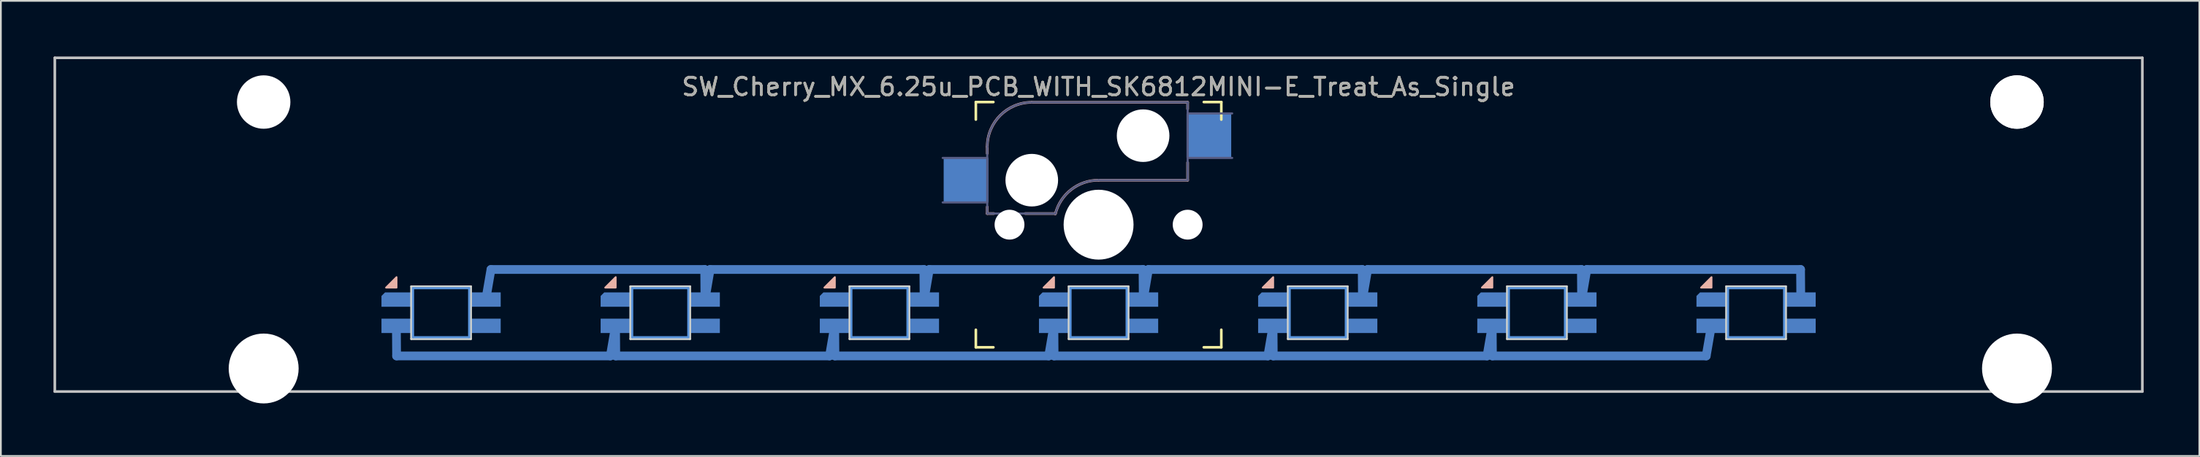
<source format=kicad_pcb>
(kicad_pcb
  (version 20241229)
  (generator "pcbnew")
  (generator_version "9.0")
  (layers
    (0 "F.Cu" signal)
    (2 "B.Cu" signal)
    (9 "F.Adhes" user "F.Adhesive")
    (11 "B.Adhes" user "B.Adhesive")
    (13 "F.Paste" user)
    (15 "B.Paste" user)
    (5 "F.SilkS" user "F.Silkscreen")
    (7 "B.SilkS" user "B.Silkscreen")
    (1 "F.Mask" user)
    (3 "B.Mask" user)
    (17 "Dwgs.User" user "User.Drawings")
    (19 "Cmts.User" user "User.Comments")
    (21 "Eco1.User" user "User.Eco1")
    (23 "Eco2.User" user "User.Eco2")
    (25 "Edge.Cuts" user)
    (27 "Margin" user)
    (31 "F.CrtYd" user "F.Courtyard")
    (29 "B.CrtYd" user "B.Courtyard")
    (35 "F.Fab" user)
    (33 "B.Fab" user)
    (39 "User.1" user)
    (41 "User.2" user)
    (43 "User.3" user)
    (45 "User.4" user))
  (footprint "SW_Cherry_MX_6.25u_PCB_WITH_SK6812MINI-E_Treat_As_Single"
    (layer "F.Cu")
    (at 119.138 0.25)
    (property "Reference" "SW_Cherry_MX_6.25u_PCB_WITH_SK6812MINI-E_Treat_As_Single" (at -59.531 1.651 0) (layer "F.SilkS") (effects (font (size 1 1) (thickness 0.15))))
    (attr through_hole)
    (fp_line (start -99.581 15.3) (end -99.568 17.018) (stroke (width 0.5) (type solid)) (layer "B.Cu"))
    (fp_line (start -99.568 17.018) (end -87.376 17.018) (stroke (width 0.5) (type solid)) (layer "B.Cu"))
    (fp_line (start -94.481 13.8) (end -94.186 12.082) (stroke (width 0.5) (type solid)) (layer "B.Cu"))
    (fp_line (start -87.081 15.3) (end -87.376 17.018) (stroke (width 0.5) (type solid)) (layer "B.Cu"))
    (fp_line (start -87.081 15.3) (end -87.068 17.018) (stroke (width 0.5) (type solid)) (layer "B.Cu"))
    (fp_line (start -87.068 17.018) (end -74.876 17.018) (stroke (width 0.5) (type solid)) (layer "B.Cu"))
    (fp_line (start -81.995 12.082) (end -94.186 12.082) (stroke (width 0.5) (type solid)) (layer "B.Cu"))
    (fp_line (start -81.981 13.8) (end -81.995 12.082) (stroke (width 0.5) (type solid)) (layer "B.Cu"))
    (fp_line (start -81.981 13.8) (end -81.686 12.082) (stroke (width 0.5) (type solid)) (layer "B.Cu"))
    (fp_line (start -74.581 15.3) (end -74.876 17.018) (stroke (width 0.5) (type solid)) (layer "B.Cu"))
    (fp_line (start -74.581 15.3) (end -74.568 17.018) (stroke (width 0.5) (type solid)) (layer "B.Cu"))
    (fp_line (start -74.568 17.018) (end -62.376 17.018) (stroke (width 0.5) (type solid)) (layer "B.Cu"))
    (fp_line (start -69.495 12.082) (end -81.686 12.082) (stroke (width 0.5) (type solid)) (layer "B.Cu"))
    (fp_line (start -69.481 13.8) (end -69.495 12.082) (stroke (width 0.5) (type solid)) (layer "B.Cu"))
    (fp_line (start -69.481 13.8) (end -69.186 12.082) (stroke (width 0.5) (type solid)) (layer "B.Cu"))
    (fp_line (start -62.081 15.3) (end -62.376 17.018) (stroke (width 0.5) (type solid)) (layer "B.Cu"))
    (fp_line (start -62.081 15.3) (end -62.068 17.018) (stroke (width 0.5) (type solid)) (layer "B.Cu"))
    (fp_line (start -62.068 17.018) (end -49.876 17.018) (stroke (width 0.5) (type solid)) (layer "B.Cu"))
    (fp_line (start -56.995 12.082) (end -69.186 12.082) (stroke (width 0.5) (type solid)) (layer "B.Cu"))
    (fp_line (start -56.981 13.8) (end -56.995 12.082) (stroke (width 0.5) (type solid)) (layer "B.Cu"))
    (fp_line (start -56.981 13.8) (end -56.687 12.082) (stroke (width 0.5) (type solid)) (layer "B.Cu"))
    (fp_line (start -49.581 15.3) (end -49.876 17.018) (stroke (width 0.5) (type solid)) (layer "B.Cu"))
    (fp_line (start -49.581 15.3) (end -49.568 17.018) (stroke (width 0.5) (type solid)) (layer "B.Cu"))
    (fp_line (start -49.568 17.018) (end -37.376 17.018) (stroke (width 0.5) (type solid)) (layer "B.Cu"))
    (fp_line (start -44.495 12.082) (end -56.687 12.082) (stroke (width 0.5) (type solid)) (layer "B.Cu"))
    (fp_line (start -44.481 13.8) (end -44.495 12.082) (stroke (width 0.5) (type solid)) (layer "B.Cu"))
    (fp_line (start -44.481 13.8) (end -44.187 12.082) (stroke (width 0.5) (type solid)) (layer "B.Cu"))
    (fp_line (start -37.081 15.3) (end -37.376 17.018) (stroke (width 0.5) (type solid)) (layer "B.Cu"))
    (fp_line (start -37.081 15.3) (end -37.068 17.018) (stroke (width 0.5) (type solid)) (layer "B.Cu"))
    (fp_line (start -37.068 17.018) (end -24.876 17.018) (stroke (width 0.5) (type solid)) (layer "B.Cu"))
    (fp_line (start -31.994 12.082) (end -44.187 12.082) (stroke (width 0.5) (type solid)) (layer "B.Cu"))
    (fp_line (start -31.981 13.8) (end -31.994 12.082) (stroke (width 0.5) (type solid)) (layer "B.Cu"))
    (fp_line (start -31.981 13.8) (end -31.686 12.082) (stroke (width 0.5) (type solid)) (layer "B.Cu"))
    (fp_line (start -24.581 15.3) (end -24.876 17.018) (stroke (width 0.5) (type solid)) (layer "B.Cu"))
    (fp_line (start -19.494 12.082) (end -31.686 12.082) (stroke (width 0.5) (type solid)) (layer "B.Cu"))
    (fp_line (start -19.481 13.8) (end -19.494 12.082) (stroke (width 0.5) (type solid)) (layer "B.Cu"))
    (fp_line (start -66.531 3.525) (end -66.531 2.525) (stroke (width 0.15) (type solid)) (layer "F.SilkS"))
    (fp_line (start -66.531 16.525) (end -66.531 15.525) (stroke (width 0.15) (type solid)) (layer "F.SilkS"))
    (fp_line (start -66.531 16.525) (end -65.531 16.525) (stroke (width 0.15) (type solid)) (layer "F.SilkS"))
    (fp_line (start -65.531 2.525) (end -66.531 2.525) (stroke (width 0.15) (type solid)) (layer "F.SilkS"))
    (fp_line (start -53.531 16.525) (end -52.531 16.525) (stroke (width 0.15) (type solid)) (layer "F.SilkS"))
    (fp_line (start -52.531 2.525) (end -53.531 2.525) (stroke (width 0.15) (type solid)) (layer "F.SilkS"))
    (fp_line (start -52.531 2.525) (end -52.531 3.525) (stroke (width 0.15) (type solid)) (layer "F.SilkS"))
    (fp_line (start -52.531 15.525) (end -52.531 16.525) (stroke (width 0.15) (type solid)) (layer "F.SilkS"))
    (fp_line (start -65.881 5.08) (end -65.881 5.461) (stroke (width 0.15) (type solid)) (layer "B.SilkS"))
    (fp_line (start -65.881 8.509) (end -65.881 8.89) (stroke (width 0.15) (type solid)) (layer "B.SilkS"))
    (fp_line (start -65.5 8.89) (end -65.881 8.89) (stroke (width 0.15) (type solid)) (layer "B.SilkS"))
    (fp_line (start -63.341 2.54) (end -54.451 2.54) (stroke (width 0.15) (type solid)) (layer "B.SilkS"))
    (fp_line (start -61.995 8.89) (end -63.722 8.89) (stroke (width 0.15) (type solid)) (layer "B.SilkS"))
    (fp_line (start -54.451 2.54) (end -54.451 2.921) (stroke (width 0.15) (type solid)) (layer "B.SilkS"))
    (fp_line (start -54.451 5.969) (end -54.451 6.985) (stroke (width 0.15) (type solid)) (layer "B.SilkS"))
    (fp_line (start -54.451 6.985) (end -59.531 6.985) (stroke (width 0.15) (type solid)) (layer "B.SilkS"))
    (fp_arc (start -65.88125 5.08) (mid -65.137301 3.283949) (end -63.34125 2.54) (stroke (width 0.15) (type solid)) (layer "B.SilkS"))
    (fp_arc (start -61.995412 8.90896) (mid -61.094397 7.522958) (end -59.53125 6.985) (stroke (width 0.15) (type solid)) (layer "B.SilkS"))
    (fp_poly (pts (xy -99.571 12.518) (xy -99.571 13.118) (xy -100.171 13.118)) (stroke (width 0.1) (type solid)) (fill yes) (layer "B.SilkS"))
    (fp_poly (pts (xy -87.071 12.518) (xy -87.071 13.118) (xy -87.671 13.118)) (stroke (width 0.1) (type solid)) (fill yes) (layer "B.SilkS"))
    (fp_poly (pts (xy -74.571 12.518) (xy -74.571 13.118) (xy -75.171 13.118)) (stroke (width 0.1) (type solid)) (fill yes) (layer "B.SilkS"))
    (fp_poly (pts (xy -62.071 12.518) (xy -62.071 13.118) (xy -62.671 13.118)) (stroke (width 0.1) (type solid)) (fill yes) (layer "B.SilkS"))
    (fp_poly (pts (xy -49.571 12.518) (xy -49.571 13.118) (xy -50.171 13.118)) (stroke (width 0.1) (type solid)) (fill yes) (layer "B.SilkS"))
    (fp_poly (pts (xy -37.071 12.518) (xy -37.071 13.118) (xy -37.671 13.118)) (stroke (width 0.1) (type solid)) (fill yes) (layer "B.SilkS"))
    (fp_poly (pts (xy -24.571 12.518) (xy -24.571 13.118) (xy -25.171 13.118)) (stroke (width 0.1) (type solid)) (fill yes) (layer "B.SilkS"))
    (fp_line (start -119.062 0) (end 0 0) (stroke (width 0.15) (type solid)) (layer "Dwgs.User"))
    (fp_line (start -119.062 19.05) (end -119.062 0) (stroke (width 0.15) (type solid)) (layer "Dwgs.User"))
    (fp_line (start 0 0) (end 0 19.05) (stroke (width 0.15) (type solid)) (layer "Dwgs.User"))
    (fp_line (start 0 19.05) (end -119.062 19.05) (stroke (width 0.15) (type solid)) (layer "Dwgs.User"))
    (fp_line (start -98.631 13.15) (end -98.631 15.95) (stroke (width 0.12) (type solid)) (layer "Cmts.User"))
    (fp_line (start -98.631 13.15) (end -95.431 13.15) (stroke (width 0.12) (type solid)) (layer "Cmts.User"))
    (fp_line (start -95.431 15.95) (end -98.631 15.95) (stroke (width 0.12) (type solid)) (layer "Cmts.User"))
    (fp_line (start -95.431 15.95) (end -95.431 13.15) (stroke (width 0.12) (type solid)) (layer "Cmts.User"))
    (fp_line (start -86.131 13.15) (end -86.131 15.95) (stroke (width 0.12) (type solid)) (layer "Cmts.User"))
    (fp_line (start -86.131 13.15) (end -82.931 13.15) (stroke (width 0.12) (type solid)) (layer "Cmts.User"))
    (fp_line (start -82.931 15.95) (end -86.131 15.95) (stroke (width 0.12) (type solid)) (layer "Cmts.User"))
    (fp_line (start -82.931 15.95) (end -82.931 13.15) (stroke (width 0.12) (type solid)) (layer "Cmts.User"))
    (fp_line (start -73.631 13.15) (end -73.631 15.95) (stroke (width 0.12) (type solid)) (layer "Cmts.User"))
    (fp_line (start -73.631 13.15) (end -70.431 13.15) (stroke (width 0.12) (type solid)) (layer "Cmts.User"))
    (fp_line (start -70.431 15.95) (end -73.631 15.95) (stroke (width 0.12) (type solid)) (layer "Cmts.User"))
    (fp_line (start -70.431 15.95) (end -70.431 13.15) (stroke (width 0.12) (type solid)) (layer "Cmts.User"))
    (fp_line (start -61.131 13.15) (end -61.131 15.95) (stroke (width 0.12) (type solid)) (layer "Cmts.User"))
    (fp_line (start -61.131 13.15) (end -57.931 13.15) (stroke (width 0.12) (type solid)) (layer "Cmts.User"))
    (fp_line (start -57.931 15.95) (end -61.131 15.95) (stroke (width 0.12) (type solid)) (layer "Cmts.User"))
    (fp_line (start -57.931 15.95) (end -57.931 13.15) (stroke (width 0.12) (type solid)) (layer "Cmts.User"))
    (fp_line (start -48.631 13.15) (end -48.631 15.95) (stroke (width 0.12) (type solid)) (layer "Cmts.User"))
    (fp_line (start -48.631 13.15) (end -45.431 13.15) (stroke (width 0.12) (type solid)) (layer "Cmts.User"))
    (fp_line (start -45.431 15.95) (end -48.631 15.95) (stroke (width 0.12) (type solid)) (layer "Cmts.User"))
    (fp_line (start -45.431 15.95) (end -45.431 13.15) (stroke (width 0.12) (type solid)) (layer "Cmts.User"))
    (fp_line (start -36.131 13.15) (end -36.131 15.95) (stroke (width 0.12) (type solid)) (layer "Cmts.User"))
    (fp_line (start -36.131 13.15) (end -32.931 13.15) (stroke (width 0.12) (type solid)) (layer "Cmts.User"))
    (fp_line (start -32.931 15.95) (end -36.131 15.95) (stroke (width 0.12) (type solid)) (layer "Cmts.User"))
    (fp_line (start -32.931 15.95) (end -32.931 13.15) (stroke (width 0.12) (type solid)) (layer "Cmts.User"))
    (fp_line (start -23.631 13.15) (end -23.631 15.95) (stroke (width 0.12) (type solid)) (layer "Cmts.User"))
    (fp_line (start -23.631 13.15) (end -20.431 13.15) (stroke (width 0.12) (type solid)) (layer "Cmts.User"))
    (fp_line (start -20.431 15.95) (end -23.631 15.95) (stroke (width 0.12) (type solid)) (layer "Cmts.User"))
    (fp_line (start -20.431 15.95) (end -20.431 13.15) (stroke (width 0.12) (type solid)) (layer "Cmts.User"))
    (fp_line (start -66.431 16.425) (end -66.431 2.625) (stroke (width 0.15) (type solid)) (layer "Eco2.User"))
    (fp_line (start -66.431 16.425) (end -52.631 16.425) (stroke (width 0.15) (type solid)) (layer "Eco2.User"))
    (fp_line (start -52.631 2.625) (end -66.431 2.625) (stroke (width 0.15) (type solid)) (layer "Eco2.User"))
    (fp_line (start -52.631 2.625) (end -52.631 16.425) (stroke (width 0.15) (type solid)) (layer "Eco2.User"))
    (fp_line (start -98.731 13.05) (end -98.731 16.05) (stroke (width 0.12) (type solid)) (layer "Edge.Cuts"))
    (fp_line (start -98.731 13.05) (end -95.331 13.05) (stroke (width 0.12) (type solid)) (layer "Edge.Cuts"))
    (fp_line (start -95.331 16.05) (end -98.731 16.05) (stroke (width 0.12) (type solid)) (layer "Edge.Cuts"))
    (fp_line (start -95.331 16.05) (end -95.331 13.05) (stroke (width 0.12) (type solid)) (layer "Edge.Cuts"))
    (fp_line (start -86.231 13.05) (end -86.231 16.05) (stroke (width 0.12) (type solid)) (layer "Edge.Cuts"))
    (fp_line (start -86.231 13.05) (end -82.831 13.05) (stroke (width 0.12) (type solid)) (layer "Edge.Cuts"))
    (fp_line (start -82.831 16.05) (end -86.231 16.05) (stroke (width 0.12) (type solid)) (layer "Edge.Cuts"))
    (fp_line (start -82.831 16.05) (end -82.831 13.05) (stroke (width 0.12) (type solid)) (layer "Edge.Cuts"))
    (fp_line (start -73.731 13.05) (end -73.731 16.05) (stroke (width 0.12) (type solid)) (layer "Edge.Cuts"))
    (fp_line (start -73.731 13.05) (end -70.331 13.05) (stroke (width 0.12) (type solid)) (layer "Edge.Cuts"))
    (fp_line (start -70.331 16.05) (end -73.731 16.05) (stroke (width 0.12) (type solid)) (layer "Edge.Cuts"))
    (fp_line (start -70.331 16.05) (end -70.331 13.05) (stroke (width 0.12) (type solid)) (layer "Edge.Cuts"))
    (fp_line (start -61.231 13.05) (end -61.231 16.05) (stroke (width 0.12) (type solid)) (layer "Edge.Cuts"))
    (fp_line (start -61.231 13.05) (end -57.831 13.05) (stroke (width 0.12) (type solid)) (layer "Edge.Cuts"))
    (fp_line (start -57.831 16.05) (end -61.231 16.05) (stroke (width 0.12) (type solid)) (layer "Edge.Cuts"))
    (fp_line (start -57.831 16.05) (end -57.831 13.05) (stroke (width 0.12) (type solid)) (layer "Edge.Cuts"))
    (fp_line (start -48.731 13.05) (end -48.731 16.05) (stroke (width 0.12) (type solid)) (layer "Edge.Cuts"))
    (fp_line (start -48.731 13.05) (end -45.331 13.05) (stroke (width 0.12) (type solid)) (layer "Edge.Cuts"))
    (fp_line (start -45.331 16.05) (end -48.731 16.05) (stroke (width 0.12) (type solid)) (layer "Edge.Cuts"))
    (fp_line (start -45.331 16.05) (end -45.331 13.05) (stroke (width 0.12) (type solid)) (layer "Edge.Cuts"))
    (fp_line (start -36.231 13.05) (end -36.231 16.05) (stroke (width 0.12) (type solid)) (layer "Edge.Cuts"))
    (fp_line (start -36.231 13.05) (end -32.831 13.05) (stroke (width 0.12) (type solid)) (layer "Edge.Cuts"))
    (fp_line (start -32.831 16.05) (end -36.231 16.05) (stroke (width 0.12) (type solid)) (layer "Edge.Cuts"))
    (fp_line (start -32.831 16.05) (end -32.831 13.05) (stroke (width 0.12) (type solid)) (layer "Edge.Cuts"))
    (fp_line (start -23.731 13.05) (end -23.731 16.05) (stroke (width 0.12) (type solid)) (layer "Edge.Cuts"))
    (fp_line (start -23.731 13.05) (end -20.331 13.05) (stroke (width 0.12) (type solid)) (layer "Edge.Cuts"))
    (fp_line (start -20.331 16.05) (end -23.731 16.05) (stroke (width 0.12) (type solid)) (layer "Edge.Cuts"))
    (fp_line (start -20.331 16.05) (end -20.331 13.05) (stroke (width 0.12) (type solid)) (layer "Edge.Cuts"))
    (fp_line (start -68.421 5.715) (end -65.881 5.715) (stroke (width 0.12) (type solid)) (layer "B.Fab"))
    (fp_line (start -65.881 8.255) (end -68.421 8.255) (stroke (width 0.12) (type solid)) (layer "B.Fab"))
    (fp_line (start -65.881 8.89) (end -65.881 5.08) (stroke (width 0.12) (type solid)) (layer "B.Fab"))
    (fp_line (start -65.881 8.89) (end -62.071 8.89) (stroke (width 0.12) (type solid)) (layer "B.Fab"))
    (fp_line (start -63.341 2.54) (end -54.451 2.54) (stroke (width 0.12) (type solid)) (layer "B.Fab"))
    (fp_line (start -54.451 2.54) (end -54.451 6.985) (stroke (width 0.12) (type solid)) (layer "B.Fab"))
    (fp_line (start -54.451 3.175) (end -51.911 3.175) (stroke (width 0.12) (type solid)) (layer "B.Fab"))
    (fp_line (start -54.451 6.985) (end -59.531 6.985) (stroke (width 0.12) (type solid)) (layer "B.Fab"))
    (fp_line (start -51.911 5.715) (end -54.451 5.715) (stroke (width 0.12) (type solid)) (layer "B.Fab"))
    (fp_arc (start -65.88125 5.08) (mid -65.137301 3.283949) (end -63.34125 2.54) (stroke (width 0.12) (type solid)) (layer "B.Fab"))
    (fp_arc (start -61.995412 8.90896) (mid -61.094397 7.522958) (end -59.53125 6.985) (stroke (width 0.12) (type solid)) (layer "B.Fab"))
    (fp_text user "${REFERENCE}" (at -59.531 1.651 0) (layer "F.Fab") (effects (font (size 1 1) (thickness 0.15))))
    (pad "" np_thru_hole circle (at -107.15 2.525) (size 3.048 3.048) (drill 3.048) (layers "*.Cu" "*.Mask"))
    (pad "" np_thru_hole circle (at -107.15 17.735) (size 3.988 3.988) (drill 3.988) (layers "*.Cu" "*.Mask"))
    (pad "" np_thru_hole circle (at -64.611 9.525) (size 1.702 1.702) (drill 1.702) (layers "*.Cu" "*.Mask"))
    (pad "" np_thru_hole circle (at -63.341 6.985) (size 3 3) (drill 3) (layers "*.Cu" "*.Mask"))
    (pad "" np_thru_hole circle (at -59.531 9.525) (size 3.988 3.988) (drill 3.988) (layers "*.Cu" "*.Mask"))
    (pad "" np_thru_hole circle (at -56.991 4.445) (size 3 3) (drill 3) (layers "*.Cu" "*.Mask"))
    (pad "" np_thru_hole circle (at -54.451 9.525) (size 1.702 1.702) (drill 1.702) (layers "*.Cu" "*.Mask"))
    (pad "" np_thru_hole circle (at -7.15 2.525) (size 3.048 3.048) (drill 3.048) (layers "*.Cu" "*.Mask"))
    (pad "" np_thru_hole circle (at -7.15 2.525) (size 3.05 3.05) (drill 3.05) (layers "*.Cu" "*.Mask"))
    (pad "" np_thru_hole circle (at -7.15 17.735) (size 3.988 3.988) (drill 3.988) (layers "*.Cu" "*.Mask"))
    (pad "11" smd rect (at -53.241 4.445) (size 2.55 2.5) (layers "B.Cu" "B.Mask" "B.Paste"))
    (pad "12" smd rect (at -67.091 6.985) (size 2.55 2.5) (layers "B.Cu" "B.Mask" "B.Paste"))
    (pad "211" smd rect (at -94.481 15.3 180) (size 1.7 0.82) (layers "B.Cu" "B.Mask" "B.Paste"))
    (pad "212" smd rect (at -94.481 13.8 180) (size 1.7 0.82) (layers "B.Cu" "B.Mask" "B.Paste"))
    (pad "213" smd roundrect (at -99.581 13.8 180) (size 1.7 0.82) (layers "B.Cu" "B.Mask" "B.Paste") (roundrect_rratio 0) (chamfer_ratio 0.25) (chamfer bottom_right))
    (pad "214" smd rect (at -99.581 15.3 180) (size 1.7 0.82) (layers "B.Cu" "B.Mask" "B.Paste"))
    (pad "221" smd rect (at -81.981 15.3 180) (size 1.7 0.82) (layers "B.Cu" "B.Mask" "B.Paste"))
    (pad "222" smd rect (at -81.981 13.8 180) (size 1.7 0.82) (layers "B.Cu" "B.Mask" "B.Paste"))
    (pad "223" smd roundrect (at -87.081 13.8 180) (size 1.7 0.82) (layers "B.Cu" "B.Mask" "B.Paste") (roundrect_rratio 0) (chamfer_ratio 0.25) (chamfer bottom_right))
    (pad "224" smd rect (at -87.081 15.3 180) (size 1.7 0.82) (layers "B.Cu" "B.Mask" "B.Paste"))
    (pad "231" smd rect (at -69.481 15.3 180) (size 1.7 0.82) (layers "B.Cu" "B.Mask" "B.Paste"))
    (pad "232" smd rect (at -69.481 13.8 180) (size 1.7 0.82) (layers "B.Cu" "B.Mask" "B.Paste"))
    (pad "233" smd roundrect (at -74.581 13.8 180) (size 1.7 0.82) (layers "B.Cu" "B.Mask" "B.Paste") (roundrect_rratio 0) (chamfer_ratio 0.25) (chamfer bottom_right))
    (pad "234" smd rect (at -74.581 15.3 180) (size 1.7 0.82) (layers "B.Cu" "B.Mask" "B.Paste"))
    (pad "241" smd rect (at -56.981 15.3 180) (size 1.7 0.82) (layers "B.Cu" "B.Mask" "B.Paste"))
    (pad "242" smd rect (at -56.981 13.8 180) (size 1.7 0.82) (layers "B.Cu" "B.Mask" "B.Paste"))
    (pad "243" smd roundrect (at -62.081 13.8 180) (size 1.7 0.82) (layers "B.Cu" "B.Mask" "B.Paste") (roundrect_rratio 0) (chamfer_ratio 0.25) (chamfer bottom_right))
    (pad "244" smd rect (at -62.081 15.3 180) (size 1.7 0.82) (layers "B.Cu" "B.Mask" "B.Paste"))
    (pad "251" smd rect (at -44.481 15.3 180) (size 1.7 0.82) (layers "B.Cu" "B.Mask" "B.Paste"))
    (pad "252" smd rect (at -44.481 13.8 180) (size 1.7 0.82) (layers "B.Cu" "B.Mask" "B.Paste"))
    (pad "253" smd roundrect (at -49.581 13.8 180) (size 1.7 0.82) (layers "B.Cu" "B.Mask" "B.Paste") (roundrect_rratio 0) (chamfer_ratio 0.25) (chamfer bottom_right))
    (pad "254" smd rect (at -49.581 15.3 180) (size 1.7 0.82) (layers "B.Cu" "B.Mask" "B.Paste"))
    (pad "261" smd rect (at -31.981 15.3 180) (size 1.7 0.82) (layers "B.Cu" "B.Mask" "B.Paste"))
    (pad "262" smd rect (at -31.981 13.8 180) (size 1.7 0.82) (layers "B.Cu" "B.Mask" "B.Paste"))
    (pad "263" smd roundrect (at -37.081 13.8 180) (size 1.7 0.82) (layers "B.Cu" "B.Mask" "B.Paste") (roundrect_rratio 0) (chamfer_ratio 0.25) (chamfer bottom_right))
    (pad "264" smd rect (at -37.081 15.3 180) (size 1.7 0.82) (layers "B.Cu" "B.Mask" "B.Paste"))
    (pad "271" smd rect (at -19.481 15.3 180) (size 1.7 0.82) (layers "B.Cu" "B.Mask" "B.Paste"))
    (pad "272" smd rect (at -19.481 13.8 180) (size 1.7 0.82) (layers "B.Cu" "B.Mask" "B.Paste"))
    (pad "273" smd roundrect (at -24.581 13.8 180) (size 1.7 0.82) (layers "B.Cu" "B.Mask" "B.Paste") (roundrect_rratio 0) (chamfer_ratio 0.25) (chamfer bottom_right))
    (pad "274" smd rect (at -24.581 15.3 180) (size 1.7 0.82) (layers "B.Cu" "B.Mask" "B.Paste")))
  (gr_rect
    (start -3 -3)
    (end 122.388 22.979)
    (stroke (width 0.1) (type default))
    (fill no)
    (layer "Edge.Cuts")))
</source>
